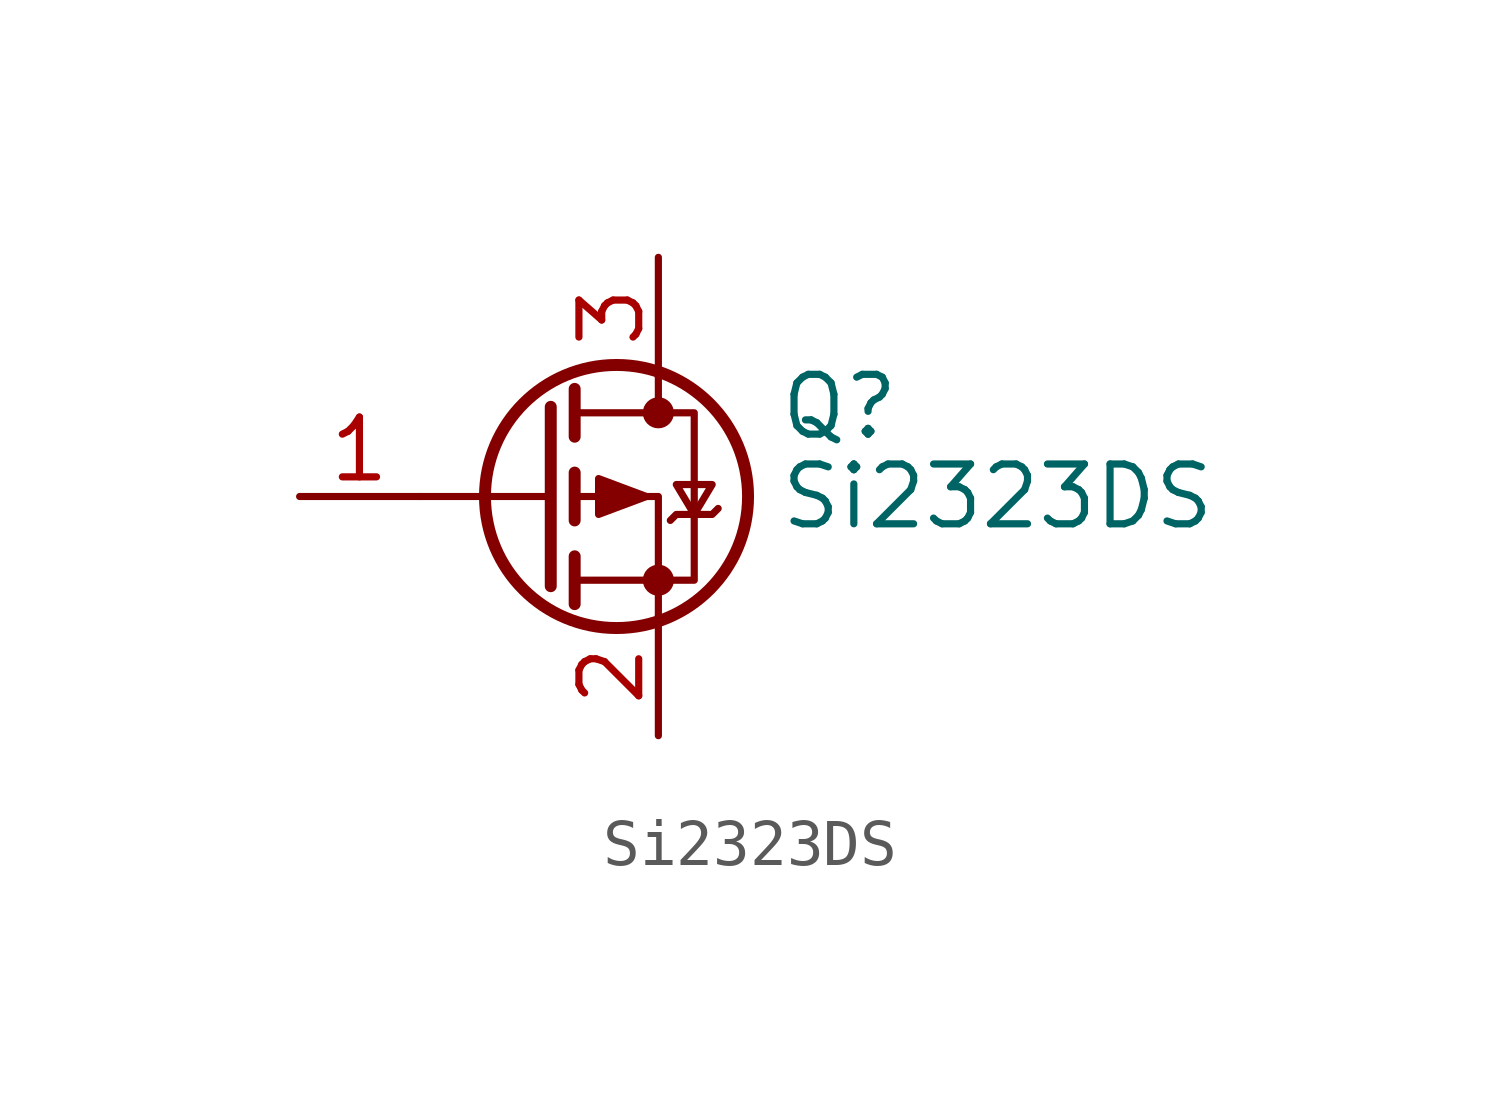
<source format=kicad_sym>
(kicad_symbol_lib
  (version 20210619)
  (generator kicad_symbol_editor)
  (symbol "Si2323DS"
    (pin_names hide)
    (property "Reference" "Q"
      (at 5.08 1.905 0)
      (effects (font (size 1.27 1.27)) (justify left)))
    (property "Value" "Si2323DS"
      (at 5.08 0 0)
      (effects (font (size 1.27 1.27)) (justify left)))
    (symbol "Si2323DS_0_1"
      (circle (center 1.651 0) (radius 2.794) (stroke (width 0.254)) (fill (type none)))
      (circle (center 2.54 -1.778) (radius 0.254) (stroke (width 0)) (fill (type outline)))
      (circle (center 2.54 1.778) (radius 0.254) (stroke (width 0)) (fill (type outline)))
      (polyline (pts (xy 0.254 0) (xy -2.54 0)) (stroke (width 0)) (fill (type none)))
      (polyline (pts (xy 0.254 1.905) (xy 0.254 -1.905)) (stroke (width 0.254)) (fill (type none)))
      (polyline (pts (xy 0.762 -1.27) (xy 0.762 -2.286)) (stroke (width 0.254)) (fill (type none)))
      (polyline (pts (xy 0.762 0.508) (xy 0.762 -0.508)) (stroke (width 0.254)) (fill (type none)))
      (polyline (pts (xy 0.762 2.286) (xy 0.762 1.27)) (stroke (width 0.254)) (fill (type none)))
      (polyline (pts (xy 2.54 2.54) (xy 2.54 1.778)) (stroke (width 0)) (fill (type none)))
      (polyline (pts (xy 2.54 -2.54) (xy 2.54 0) (xy 0.762 0)) (stroke (width 0)) (fill (type none)))
      (polyline (pts (xy 0.762 1.778) (xy 3.302 1.778) (xy 3.302 -1.778) (xy 0.762 -1.778)) (stroke (width 0)) (fill (type none)))
      (polyline (pts (xy 2.794 -0.508) (xy 2.921 -0.381) (xy 3.683 -0.381) (xy 3.81 -0.254)) (stroke (width 0)) (fill (type none)))
      (polyline (pts (xy 3.302 -0.381) (xy 2.921 0.254) (xy 3.683 0.254) (xy 3.302 -0.381)) (stroke (width 0)) (fill (type none)))
      (polyline (pts (xy 2.286 0) (xy 1.27 0.381) (xy 1.27 -0.381) (xy 2.286 0)) (stroke (width 0)) (fill (type outline))))
    (symbol "Si2323DS_1_1"
      (pin input line (at -5.08 0 0) (length 2.54) (name "G" (effects (font (size 1.27 1.27)))) (number "1" (effects (font (size 1.27 1.27)))))
      (pin passive line (at 2.54 -5.08 90) (length 2.54) (name "S" (effects (font (size 1.27 1.27)))) (number "2" (effects (font (size 1.27 1.27)))))
      (pin passive line (at 2.54 5.08 270) (length 2.54) (name "D" (effects (font (size 1.27 1.27)))) (number "3" (effects (font (size 1.27 1.27))))))))
</source>
